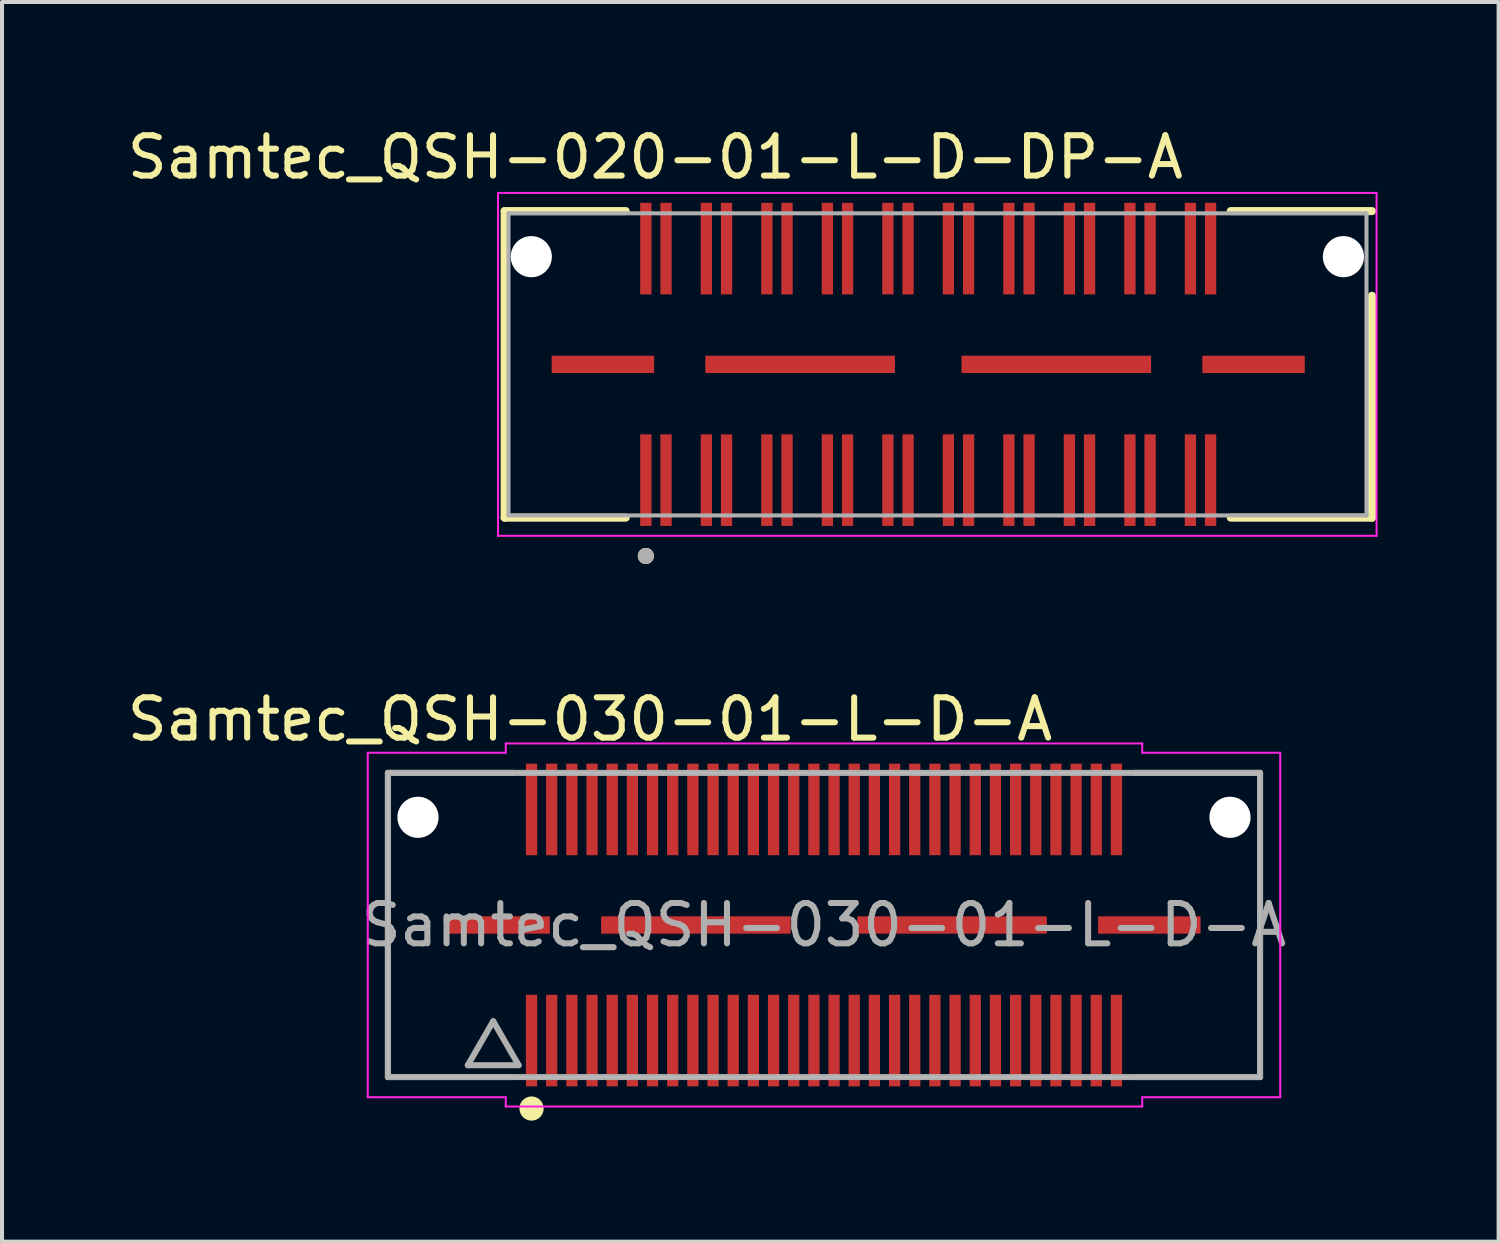
<source format=kicad_pcb>
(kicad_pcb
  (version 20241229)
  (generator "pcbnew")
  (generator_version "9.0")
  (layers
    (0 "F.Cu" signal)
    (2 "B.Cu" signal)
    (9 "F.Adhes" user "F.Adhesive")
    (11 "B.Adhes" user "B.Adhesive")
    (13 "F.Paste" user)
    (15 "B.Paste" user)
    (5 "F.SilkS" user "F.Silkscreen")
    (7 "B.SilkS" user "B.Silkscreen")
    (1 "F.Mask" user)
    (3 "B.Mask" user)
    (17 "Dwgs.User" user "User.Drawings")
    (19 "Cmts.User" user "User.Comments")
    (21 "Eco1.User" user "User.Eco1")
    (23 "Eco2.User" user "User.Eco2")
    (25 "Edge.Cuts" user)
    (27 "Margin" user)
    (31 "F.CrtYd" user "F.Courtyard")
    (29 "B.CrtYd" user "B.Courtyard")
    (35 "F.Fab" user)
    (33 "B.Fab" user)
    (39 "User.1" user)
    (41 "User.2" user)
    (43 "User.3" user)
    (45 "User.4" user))
  (footprint "Samtec_QSH-030-01-L-D-A"
    (layer "F.Cu")
    (at 17.377 19.881)
    (property "Reference" "Samtec_QSH-030-01-L-D-A" (at 0 0 0) (layer "F.Fab") (effects (font (size 1 1) (thickness 0.15))))
    (attr through_hole)
    (fp_line (start -10.81 -3.77) (end -7.7 -3.77) (stroke (width 0.15) (type solid)) (layer "F.SilkS"))
    (fp_line (start -10.81 3.77) (end -10.81 -3.77) (stroke (width 0.15) (type solid)) (layer "F.SilkS"))
    (fp_line (start -7.7 3.77) (end -10.81 3.77) (stroke (width 0.15) (type solid)) (layer "F.SilkS"))
    (fp_line (start 7.7 -3.77) (end 10.81 -3.77) (stroke (width 0.15) (type solid)) (layer "F.SilkS"))
    (fp_line (start 10.81 -3.77) (end 10.81 3.77) (stroke (width 0.15) (type solid)) (layer "F.SilkS"))
    (fp_line (start 10.81 3.77) (end 7.7 3.77) (stroke (width 0.15) (type solid)) (layer "F.SilkS"))
    (fp_circle (center -7.25 4.55) (end -7.25 4.7) (stroke (width 0.3) (type solid)) (fill no) (layer "F.SilkS"))
    (fp_line (start -10.805 -3.77) (end 10.805 -3.77) (stroke (width 0.025) (type solid)) (layer "Dwgs.User"))
    (fp_line (start -10.805 3.77) (end -10.805 -3.77) (stroke (width 0.025) (type solid)) (layer "Dwgs.User"))
    (fp_line (start 10.805 -3.77) (end 10.805 3.77) (stroke (width 0.025) (type solid)) (layer "Dwgs.User"))
    (fp_line (start 10.805 3.77) (end -10.805 3.77) (stroke (width 0.025) (type solid)) (layer "Dwgs.User"))
    (fp_line (start -11.31 -4.27) (end -11.31 4.27) (stroke (width 0.05) (type solid)) (layer "F.CrtYd"))
    (fp_line (start -11.31 4.27) (end -7.889 4.27) (stroke (width 0.05) (type solid)) (layer "F.CrtYd"))
    (fp_line (start -7.889 -4.5) (end -7.889 -4.27) (stroke (width 0.05) (type solid)) (layer "F.CrtYd"))
    (fp_line (start -7.889 -4.27) (end -11.31 -4.27) (stroke (width 0.05) (type solid)) (layer "F.CrtYd"))
    (fp_line (start -7.889 4.27) (end -7.889 4.5) (stroke (width 0.05) (type solid)) (layer "F.CrtYd"))
    (fp_line (start -7.889 4.5) (end 7.889 4.5) (stroke (width 0.05) (type solid)) (layer "F.CrtYd"))
    (fp_line (start 7.889 -4.5) (end -7.889 -4.5) (stroke (width 0.05) (type solid)) (layer "F.CrtYd"))
    (fp_line (start 7.889 -4.27) (end 7.889 -4.5) (stroke (width 0.05) (type solid)) (layer "F.CrtYd"))
    (fp_line (start 7.889 4.27) (end 11.31 4.27) (stroke (width 0.05) (type solid)) (layer "F.CrtYd"))
    (fp_line (start 7.889 4.5) (end 7.889 4.27) (stroke (width 0.05) (type solid)) (layer "F.CrtYd"))
    (fp_line (start 11.31 -4.27) (end 7.889 -4.27) (stroke (width 0.05) (type solid)) (layer "F.CrtYd"))
    (fp_line (start 11.31 4.27) (end 11.31 -4.27) (stroke (width 0.05) (type solid)) (layer "F.CrtYd"))
    (fp_line (start -10.81 -3.77) (end 10.81 -3.77) (stroke (width 0.15) (type solid)) (layer "F.Fab"))
    (fp_line (start -10.81 3.77) (end -10.81 -3.77) (stroke (width 0.15) (type solid)) (layer "F.Fab"))
    (fp_line (start -8.83 3.476) (end -7.57 3.476) (stroke (width 0.15) (type solid)) (layer "F.Fab"))
    (fp_line (start -8.2 2.385) (end -8.83 3.476) (stroke (width 0.15) (type solid)) (layer "F.Fab"))
    (fp_line (start -7.57 3.476) (end -8.2 2.385) (stroke (width 0.15) (type solid)) (layer "F.Fab"))
    (fp_line (start 10.81 -3.77) (end 10.81 3.77) (stroke (width 0.15) (type solid)) (layer "F.Fab"))
    (fp_line (start 10.81 3.77) (end -10.81 3.77) (stroke (width 0.15) (type solid)) (layer "F.Fab"))
    (fp_text user "${REFERENCE}" (at -5.8 -5.1 0) (layer "F.SilkS") (effects (font (size 1 1) (thickness 0.15))))
    (pad "" np_thru_hole circle (at -10.065 -2.67) (size 1.02 1.02) (drill 1.02) (layers "*.Cu" "*.Mask"))
    (pad "" np_thru_hole circle (at 10.065 -2.67) (size 1.02 1.02) (drill 1.02) (layers "*.Cu" "*.Mask"))
    (pad "1" smd rect (at -7.25 2.865) (size 0.279 2.27) (layers "F.Cu" "F.Mask" "F.Paste"))
    (pad "2" smd rect (at -7.25 -2.865) (size 0.279 2.27) (layers "F.Cu" "F.Mask" "F.Paste"))
    (pad "3" smd rect (at -6.75 2.865) (size 0.279 2.27) (layers "F.Cu" "F.Mask" "F.Paste"))
    (pad "4" smd rect (at -6.75 -2.865) (size 0.279 2.27) (layers "F.Cu" "F.Mask" "F.Paste"))
    (pad "5" smd rect (at -6.25 2.865) (size 0.279 2.27) (layers "F.Cu" "F.Mask" "F.Paste"))
    (pad "6" smd rect (at -6.25 -2.865) (size 0.279 2.27) (layers "F.Cu" "F.Mask" "F.Paste"))
    (pad "7" smd rect (at -5.75 2.865) (size 0.279 2.27) (layers "F.Cu" "F.Mask" "F.Paste"))
    (pad "8" smd rect (at -5.75 -2.865) (size 0.279 2.27) (layers "F.Cu" "F.Mask" "F.Paste"))
    (pad "9" smd rect (at -5.25 2.865) (size 0.279 2.27) (layers "F.Cu" "F.Mask" "F.Paste"))
    (pad "10" smd rect (at -5.25 -2.865) (size 0.279 2.27) (layers "F.Cu" "F.Mask" "F.Paste"))
    (pad "11" smd rect (at -4.75 2.865) (size 0.279 2.27) (layers "F.Cu" "F.Mask" "F.Paste"))
    (pad "12" smd rect (at -4.75 -2.865) (size 0.279 2.27) (layers "F.Cu" "F.Mask" "F.Paste"))
    (pad "13" smd rect (at -4.25 2.865) (size 0.279 2.27) (layers "F.Cu" "F.Mask" "F.Paste"))
    (pad "14" smd rect (at -4.25 -2.865) (size 0.279 2.27) (layers "F.Cu" "F.Mask" "F.Paste"))
    (pad "15" smd rect (at -3.75 2.865) (size 0.279 2.27) (layers "F.Cu" "F.Mask" "F.Paste"))
    (pad "16" smd rect (at -3.75 -2.865) (size 0.279 2.27) (layers "F.Cu" "F.Mask" "F.Paste"))
    (pad "17" smd rect (at -3.25 2.865) (size 0.279 2.27) (layers "F.Cu" "F.Mask" "F.Paste"))
    (pad "18" smd rect (at -3.25 -2.865) (size 0.279 2.27) (layers "F.Cu" "F.Mask" "F.Paste"))
    (pad "19" smd rect (at -2.75 2.865) (size 0.279 2.27) (layers "F.Cu" "F.Mask" "F.Paste"))
    (pad "20" smd rect (at -2.75 -2.865) (size 0.279 2.27) (layers "F.Cu" "F.Mask" "F.Paste"))
    (pad "21" smd rect (at -2.25 2.865) (size 0.279 2.27) (layers "F.Cu" "F.Mask" "F.Paste"))
    (pad "22" smd rect (at -2.25 -2.865) (size 0.279 2.27) (layers "F.Cu" "F.Mask" "F.Paste"))
    (pad "23" smd rect (at -1.75 2.865) (size 0.279 2.27) (layers "F.Cu" "F.Mask" "F.Paste"))
    (pad "24" smd rect (at -1.75 -2.865) (size 0.279 2.27) (layers "F.Cu" "F.Mask" "F.Paste"))
    (pad "25" smd rect (at -1.25 2.865) (size 0.279 2.27) (layers "F.Cu" "F.Mask" "F.Paste"))
    (pad "26" smd rect (at -1.25 -2.865) (size 0.279 2.27) (layers "F.Cu" "F.Mask" "F.Paste"))
    (pad "27" smd rect (at -0.75 2.865) (size 0.279 2.27) (layers "F.Cu" "F.Mask" "F.Paste"))
    (pad "28" smd rect (at -0.75 -2.865) (size 0.279 2.27) (layers "F.Cu" "F.Mask" "F.Paste"))
    (pad "29" smd rect (at -0.25 2.865) (size 0.279 2.27) (layers "F.Cu" "F.Mask" "F.Paste"))
    (pad "30" smd rect (at -0.25 -2.865) (size 0.279 2.27) (layers "F.Cu" "F.Mask" "F.Paste"))
    (pad "31" smd rect (at 0.25 2.865) (size 0.279 2.27) (layers "F.Cu" "F.Mask" "F.Paste"))
    (pad "32" smd rect (at 0.25 -2.865) (size 0.279 2.27) (layers "F.Cu" "F.Mask" "F.Paste"))
    (pad "33" smd rect (at 0.75 2.865) (size 0.279 2.27) (layers "F.Cu" "F.Mask" "F.Paste"))
    (pad "34" smd rect (at 0.75 -2.865) (size 0.279 2.27) (layers "F.Cu" "F.Mask" "F.Paste"))
    (pad "35" smd rect (at 1.25 2.865) (size 0.279 2.27) (layers "F.Cu" "F.Mask" "F.Paste"))
    (pad "36" smd rect (at 1.25 -2.865) (size 0.279 2.27) (layers "F.Cu" "F.Mask" "F.Paste"))
    (pad "37" smd rect (at 1.75 2.865) (size 0.279 2.27) (layers "F.Cu" "F.Mask" "F.Paste"))
    (pad "38" smd rect (at 1.75 -2.865) (size 0.279 2.27) (layers "F.Cu" "F.Mask" "F.Paste"))
    (pad "39" smd rect (at 2.25 2.865) (size 0.279 2.27) (layers "F.Cu" "F.Mask" "F.Paste"))
    (pad "40" smd rect (at 2.25 -2.865) (size 0.279 2.27) (layers "F.Cu" "F.Mask" "F.Paste"))
    (pad "41" smd rect (at 2.75 2.865) (size 0.279 2.27) (layers "F.Cu" "F.Mask" "F.Paste"))
    (pad "42" smd rect (at 2.75 -2.865) (size 0.279 2.27) (layers "F.Cu" "F.Mask" "F.Paste"))
    (pad "43" smd rect (at 3.25 2.865) (size 0.279 2.27) (layers "F.Cu" "F.Mask" "F.Paste"))
    (pad "44" smd rect (at 3.25 -2.865) (size 0.279 2.27) (layers "F.Cu" "F.Mask" "F.Paste"))
    (pad "45" smd rect (at 3.75 2.865) (size 0.279 2.27) (layers "F.Cu" "F.Mask" "F.Paste"))
    (pad "46" smd rect (at 3.75 -2.865) (size 0.279 2.27) (layers "F.Cu" "F.Mask" "F.Paste"))
    (pad "47" smd rect (at 4.25 2.865) (size 0.279 2.27) (layers "F.Cu" "F.Mask" "F.Paste"))
    (pad "48" smd rect (at 4.25 -2.865) (size 0.279 2.27) (layers "F.Cu" "F.Mask" "F.Paste"))
    (pad "49" smd rect (at 4.75 2.865) (size 0.279 2.27) (layers "F.Cu" "F.Mask" "F.Paste"))
    (pad "50" smd rect (at 4.75 -2.865) (size 0.279 2.27) (layers "F.Cu" "F.Mask" "F.Paste"))
    (pad "51" smd rect (at 5.25 2.865) (size 0.279 2.27) (layers "F.Cu" "F.Mask" "F.Paste"))
    (pad "52" smd rect (at 5.25 -2.865) (size 0.279 2.27) (layers "F.Cu" "F.Mask" "F.Paste"))
    (pad "53" smd rect (at 5.75 2.865) (size 0.279 2.27) (layers "F.Cu" "F.Mask" "F.Paste"))
    (pad "54" smd rect (at 5.75 -2.865) (size 0.279 2.27) (layers "F.Cu" "F.Mask" "F.Paste"))
    (pad "55" smd rect (at 6.25 2.865) (size 0.279 2.27) (layers "F.Cu" "F.Mask" "F.Paste"))
    (pad "56" smd rect (at 6.25 -2.865) (size 0.279 2.27) (layers "F.Cu" "F.Mask" "F.Paste"))
    (pad "57" smd rect (at 6.75 2.865) (size 0.279 2.27) (layers "F.Cu" "F.Mask" "F.Paste"))
    (pad "58" smd rect (at 6.75 -2.865) (size 0.279 2.27) (layers "F.Cu" "F.Mask" "F.Paste"))
    (pad "59" smd rect (at 7.25 2.865) (size 0.279 2.27) (layers "F.Cu" "F.Mask" "F.Paste"))
    (pad "60" smd rect (at 7.25 -2.865) (size 0.279 2.27) (layers "F.Cu" "F.Mask" "F.Paste"))
    (pad "61" smd rect (at -8.065 0) (size 2.54 0.43) (layers "F.Cu" "F.Mask" "F.Paste"))
    (pad "62" smd rect (at -3.175 0) (size 4.7 0.43) (layers "F.Cu" "F.Mask" "F.Paste"))
    (pad "63" smd rect (at 3.175 0) (size 4.7 0.43) (layers "F.Cu" "F.Mask" "F.Paste"))
    (pad "64" smd rect (at 8.065 0) (size 2.54 0.43) (layers "F.Cu" "F.Mask" "F.Paste")))
  (footprint "Samtec_QSH-020-01-L-D-DP-A"
    (layer "F.Cu")
    (at 19.961 5.983)
    (property "Reference" "Samtec_QSH-020-01-L-D-DP-A" (at -6.765 -5.135 0) (layer "F.SilkS") (effects (font (size 1 1) (thickness 0.15))))
    (attr through_hole)
    (fp_line (start -10.5 -3.8) (end -10.5 3.8) (stroke (width 0.2) (type solid)) (layer "F.SilkS"))
    (fp_line (start -10.5 3.8) (end -7.5 3.8) (stroke (width 0.2) (type solid)) (layer "F.SilkS"))
    (fp_line (start -7.5 -3.8) (end -10.5 -3.8) (stroke (width 0.2) (type solid)) (layer "F.SilkS"))
    (fp_line (start 7.5 -3.8) (end 11 -3.8) (stroke (width 0.2) (type solid)) (layer "F.SilkS"))
    (fp_line (start 11 3.8) (end 7.5 3.8) (stroke (width 0.2) (type solid)) (layer "F.SilkS"))
    (fp_line (start 11 3.8) (end 11 -1.7) (stroke (width 0.2) (type solid)) (layer "F.SilkS"))
    (fp_circle (center -7 4.75) (end -6.9 4.75) (stroke (width 0.2) (type solid)) (fill no) (layer "F.SilkS"))
    (fp_line (start -10.665 -4.25) (end -10.665 4.25) (stroke (width 0.05) (type solid)) (layer "F.CrtYd"))
    (fp_line (start -10.665 4.25) (end 11.115 4.25) (stroke (width 0.05) (type solid)) (layer "F.CrtYd"))
    (fp_line (start 11.115 -4.25) (end -10.665 -4.25) (stroke (width 0.05) (type solid)) (layer "F.CrtYd"))
    (fp_line (start 11.115 -4.25) (end 11.115 4.25) (stroke (width 0.05) (type solid)) (layer "F.CrtYd"))
    (fp_line (start -10.405 -3.745) (end 10.865 -3.745) (stroke (width 0.1) (type solid)) (layer "F.Fab"))
    (fp_line (start -10.405 3.745) (end -10.405 -3.745) (stroke (width 0.1) (type solid)) (layer "F.Fab"))
    (fp_line (start 10.865 -3.745) (end 10.865 3.745) (stroke (width 0.1) (type solid)) (layer "F.Fab"))
    (fp_line (start 10.865 3.745) (end -10.405 3.745) (stroke (width 0.1) (type solid)) (layer "F.Fab"))
    (fp_circle (center -7 4.75) (end -6.9 4.75) (stroke (width 0.2) (type solid)) (fill no) (layer "F.Fab"))
    (pad "" np_thru_hole circle (at -9.84 -2.67) (size 1.02 1.02) (drill 1.02) (layers "*.Cu" "*.Mask"))
    (pad "" np_thru_hole circle (at 10.293 -2.67) (size 1.02 1.02) (drill 1.02) (layers "*.Cu" "*.Mask"))
    (pad "1" smd rect (at -7 2.87) (size 0.28 2.27) (layers "F.Cu" "F.Mask" "F.Paste"))
    (pad "2" smd rect (at -7 -2.87) (size 0.28 2.27) (layers "F.Cu" "F.Mask" "F.Paste"))
    (pad "3" smd rect (at -6.5 2.87) (size 0.28 2.27) (layers "F.Cu" "F.Mask" "F.Paste"))
    (pad "4" smd rect (at -6.5 -2.87) (size 0.28 2.27) (layers "F.Cu" "F.Mask" "F.Paste"))
    (pad "5" smd rect (at -5.5 2.87) (size 0.28 2.27) (layers "F.Cu" "F.Mask" "F.Paste"))
    (pad "6" smd rect (at -5.5 -2.87) (size 0.28 2.27) (layers "F.Cu" "F.Mask" "F.Paste"))
    (pad "7" smd rect (at -5 2.87) (size 0.28 2.27) (layers "F.Cu" "F.Mask" "F.Paste"))
    (pad "8" smd rect (at -5 -2.87) (size 0.28 2.27) (layers "F.Cu" "F.Mask" "F.Paste"))
    (pad "9" smd rect (at -4 2.87) (size 0.28 2.27) (layers "F.Cu" "F.Mask" "F.Paste"))
    (pad "10" smd rect (at -4 -2.87) (size 0.28 2.27) (layers "F.Cu" "F.Mask" "F.Paste"))
    (pad "11" smd rect (at -3.5 2.87) (size 0.28 2.27) (layers "F.Cu" "F.Mask" "F.Paste"))
    (pad "12" smd rect (at -3.5 -2.87) (size 0.28 2.27) (layers "F.Cu" "F.Mask" "F.Paste"))
    (pad "13" smd rect (at -2.5 2.87) (size 0.28 2.27) (layers "F.Cu" "F.Mask" "F.Paste"))
    (pad "14" smd rect (at -2.5 -2.87) (size 0.28 2.27) (layers "F.Cu" "F.Mask" "F.Paste"))
    (pad "15" smd rect (at -2 2.87) (size 0.28 2.27) (layers "F.Cu" "F.Mask" "F.Paste"))
    (pad "16" smd rect (at -2 -2.87) (size 0.28 2.27) (layers "F.Cu" "F.Mask" "F.Paste"))
    (pad "17" smd rect (at -1 2.87) (size 0.28 2.27) (layers "F.Cu" "F.Mask" "F.Paste"))
    (pad "18" smd rect (at -1 -2.87) (size 0.28 2.27) (layers "F.Cu" "F.Mask" "F.Paste"))
    (pad "19" smd rect (at -0.5 2.87) (size 0.28 2.27) (layers "F.Cu" "F.Mask" "F.Paste"))
    (pad "20" smd rect (at -0.5 -2.87) (size 0.28 2.27) (layers "F.Cu" "F.Mask" "F.Paste"))
    (pad "21" smd rect (at 0.5 2.87) (size 0.28 2.27) (layers "F.Cu" "F.Mask" "F.Paste"))
    (pad "22" smd rect (at 0.5 -2.87) (size 0.28 2.27) (layers "F.Cu" "F.Mask" "F.Paste"))
    (pad "23" smd rect (at 1 2.87) (size 0.28 2.27) (layers "F.Cu" "F.Mask" "F.Paste"))
    (pad "24" smd rect (at 1 -2.87) (size 0.28 2.27) (layers "F.Cu" "F.Mask" "F.Paste"))
    (pad "25" smd rect (at 2 2.87) (size 0.28 2.27) (layers "F.Cu" "F.Mask" "F.Paste"))
    (pad "26" smd rect (at 2 -2.87) (size 0.28 2.27) (layers "F.Cu" "F.Mask" "F.Paste"))
    (pad "27" smd rect (at 2.5 2.87) (size 0.28 2.27) (layers "F.Cu" "F.Mask" "F.Paste"))
    (pad "28" smd rect (at 2.5 -2.87) (size 0.28 2.27) (layers "F.Cu" "F.Mask" "F.Paste"))
    (pad "29" smd rect (at 3.5 2.87) (size 0.28 2.27) (layers "F.Cu" "F.Mask" "F.Paste"))
    (pad "30" smd rect (at 3.5 -2.87) (size 0.28 2.27) (layers "F.Cu" "F.Mask" "F.Paste"))
    (pad "31" smd rect (at 4 2.87) (size 0.28 2.27) (layers "F.Cu" "F.Mask" "F.Paste"))
    (pad "32" smd rect (at 4 -2.87) (size 0.28 2.27) (layers "F.Cu" "F.Mask" "F.Paste"))
    (pad "33" smd rect (at 5 2.87) (size 0.28 2.27) (layers "F.Cu" "F.Mask" "F.Paste"))
    (pad "34" smd rect (at 5 -2.87) (size 0.28 2.27) (layers "F.Cu" "F.Mask" "F.Paste"))
    (pad "35" smd rect (at 5.5 2.87) (size 0.28 2.27) (layers "F.Cu" "F.Mask" "F.Paste"))
    (pad "36" smd rect (at 5.5 -2.87) (size 0.28 2.27) (layers "F.Cu" "F.Mask" "F.Paste"))
    (pad "37" smd rect (at 6.5 2.87) (size 0.28 2.27) (layers "F.Cu" "F.Mask" "F.Paste"))
    (pad "38" smd rect (at 6.5 -2.87) (size 0.28 2.27) (layers "F.Cu" "F.Mask" "F.Paste"))
    (pad "39" smd rect (at 7 2.87) (size 0.28 2.27) (layers "F.Cu" "F.Mask" "F.Paste"))
    (pad "40" smd rect (at 7 -2.87) (size 0.28 2.27) (layers "F.Cu" "F.Mask" "F.Paste"))
    (pad "GND1" smd rect (at -8.065 0) (size 2.54 0.43) (layers "F.Cu" "F.Mask" "F.Paste"))
    (pad "GND2" smd rect (at -3.175 0) (size 4.7 0.43) (layers "F.Cu" "F.Mask" "F.Paste"))
    (pad "GND3" smd rect (at 3.175 0) (size 4.7 0.43) (layers "F.Cu" "F.Mask" "F.Paste"))
    (pad "GND4" smd rect (at 8.065 0) (size 2.54 0.43) (layers "F.Cu" "F.Mask" "F.Paste")))
  (gr_rect
    (start -3 -3)
    (end 34.101 27.732)
    (stroke (width 0.1) (type default))
    (fill no)
    (layer "Edge.Cuts")))
</source>
